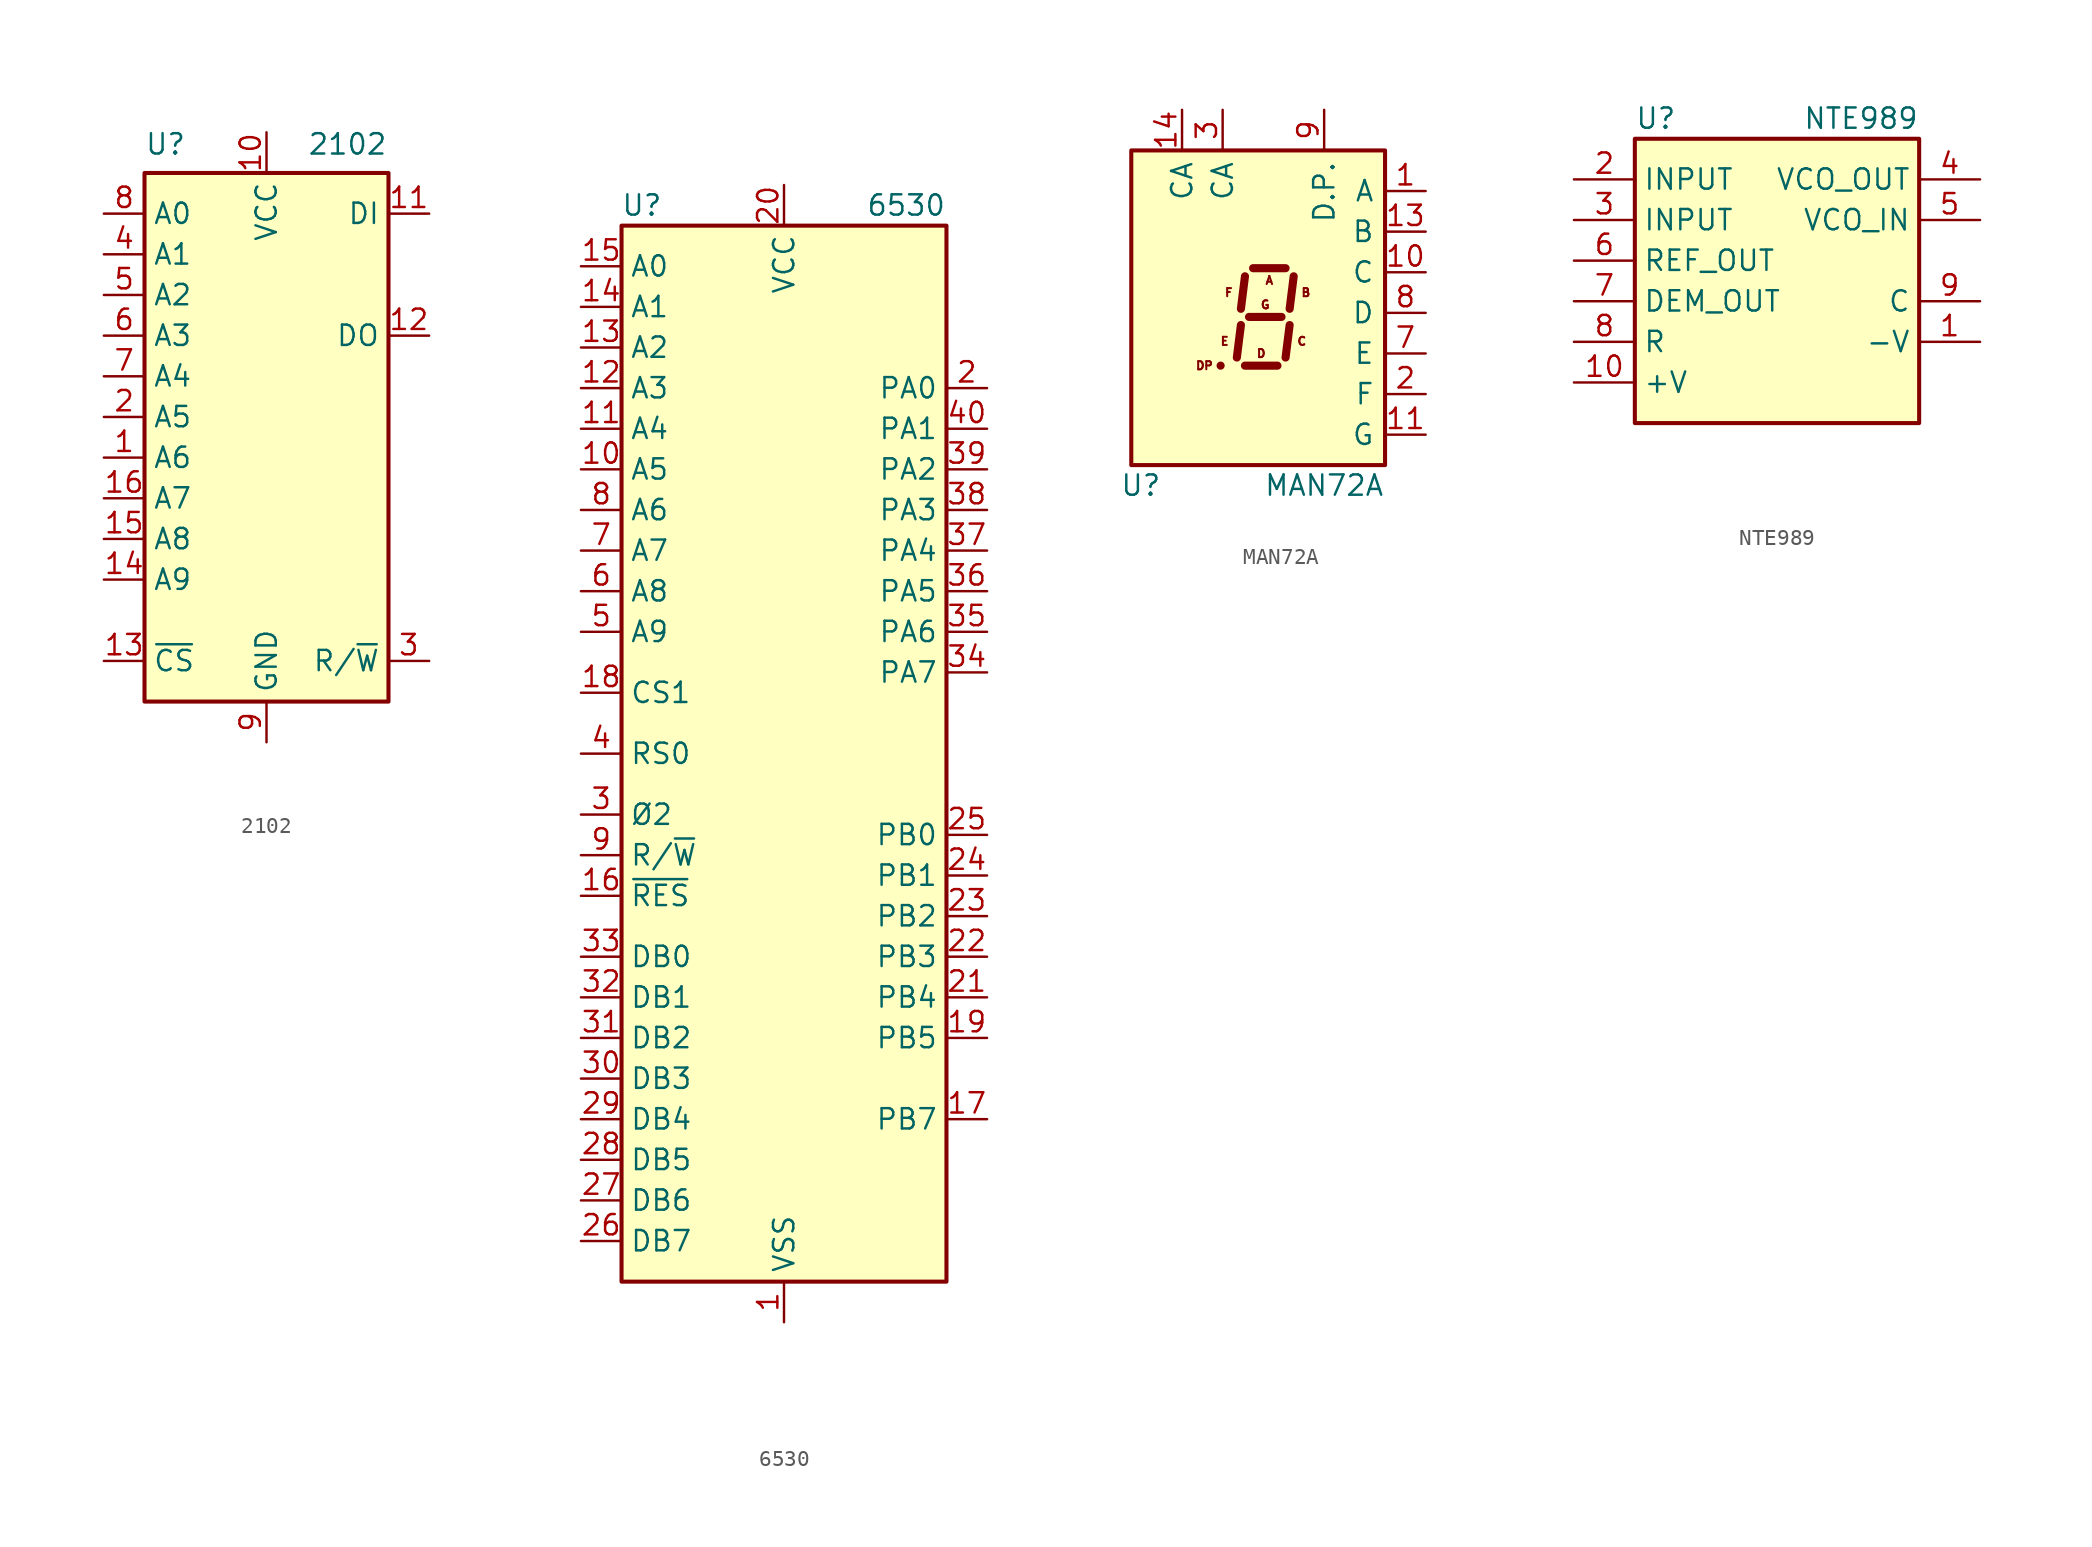
<source format=kicad_sym>
(kicad_symbol_lib
  (version 20220914)
  (generator kicad_symbol_editor)
  (symbol "2102"
    (property "Reference" "U"
      (at -7.62 19.05 0)
      (effects (font (size 1.27 1.27)) (justify left top)))
    (property "Value" "2102"
      (at 2.54 19.05 0)
      (effects (font (size 1.27 1.27)) (justify left top)))
    (symbol "2102_0_1"
      (rectangle (start -7.62 16.51) (end 7.62 -16.51) (stroke (width 0.254) (type default)) (fill (type background))))
    (symbol "2102_1_1"
      (pin input line (at -10.16 -1.27 0) (length 2.54) (name "A6" (effects (font (size 1.27 1.27)))) (number "1" (effects (font (size 1.27 1.27)))))
      (pin power_in line (at 0 19.05 270) (length 2.54) (name "VCC" (effects (font (size 1.27 1.27)))) (number "10" (effects (font (size 1.27 1.27)))))
      (pin input line (at 10.16 13.97 180) (length 2.54) (name "DI" (effects (font (size 1.27 1.27)))) (number "11" (effects (font (size 1.27 1.27)))))
      (pin output line (at 10.16 6.35 180) (length 2.54) (name "DO" (effects (font (size 1.27 1.27)))) (number "12" (effects (font (size 1.27 1.27)))))
      (pin input line (at -10.16 -13.97 0) (length 2.54) (name "~{CS}" (effects (font (size 1.27 1.27)))) (number "13" (effects (font (size 1.27 1.27)))))
      (pin input line (at -10.16 -8.89 0) (length 2.54) (name "A9" (effects (font (size 1.27 1.27)))) (number "14" (effects (font (size 1.27 1.27)))))
      (pin input line (at -10.16 -6.35 0) (length 2.54) (name "A8" (effects (font (size 1.27 1.27)))) (number "15" (effects (font (size 1.27 1.27)))))
      (pin input line (at -10.16 -3.81 0) (length 2.54) (name "A7" (effects (font (size 1.27 1.27)))) (number "16" (effects (font (size 1.27 1.27)))))
      (pin input line (at -10.16 1.27 0) (length 2.54) (name "A5" (effects (font (size 1.27 1.27)))) (number "2" (effects (font (size 1.27 1.27)))))
      (pin input line (at 10.16 -13.97 180) (length 2.54) (name "R/~{W}" (effects (font (size 1.27 1.27)))) (number "3" (effects (font (size 1.27 1.27)))))
      (pin input line (at -10.16 11.43 0) (length 2.54) (name "A1" (effects (font (size 1.27 1.27)))) (number "4" (effects (font (size 1.27 1.27)))))
      (pin input line (at -10.16 8.89 0) (length 2.54) (name "A2" (effects (font (size 1.27 1.27)))) (number "5" (effects (font (size 1.27 1.27)))))
      (pin input line (at -10.16 6.35 0) (length 2.54) (name "A3" (effects (font (size 1.27 1.27)))) (number "6" (effects (font (size 1.27 1.27)))))
      (pin input line (at -10.16 3.81 0) (length 2.54) (name "A4" (effects (font (size 1.27 1.27)))) (number "7" (effects (font (size 1.27 1.27)))))
      (pin input line (at -10.16 13.97 0) (length 2.54) (name "A0" (effects (font (size 1.27 1.27)))) (number "8" (effects (font (size 1.27 1.27)))))
      (pin power_in line (at 0 -19.05 90) (length 2.54) (name "GND" (effects (font (size 1.27 1.27)))) (number "9" (effects (font (size 1.27 1.27)))))))
  (symbol "6530"
    (property "Reference" "U"
      (at -8.89 34.29 0)
      (effects (font (size 1.27 1.27))))
    (property "Value" "6530"
      (at 10.16 34.29 0)
      (effects (font (size 1.27 1.27)) (justify right)))
    (symbol "6530_0_1"
      (rectangle (start -10.16 33.02) (end 10.16 -33.02) (stroke (width 0.254) (type default)) (fill (type background))))
    (symbol "6530_1_1"
      (pin power_in line (at 0 -35.56 90) (length 2.54) (name "VSS" (effects (font (size 1.27 1.27)))) (number "1" (effects (font (size 1.27 1.27)))))
      (pin input line (at -12.7 17.78 0) (length 2.54) (name "A5" (effects (font (size 1.27 1.27)))) (number "10" (effects (font (size 1.27 1.27)))))
      (pin input line (at -12.7 20.32 0) (length 2.54) (name "A4" (effects (font (size 1.27 1.27)))) (number "11" (effects (font (size 1.27 1.27)))))
      (pin input line (at -12.7 22.86 0) (length 2.54) (name "A3" (effects (font (size 1.27 1.27)))) (number "12" (effects (font (size 1.27 1.27)))))
      (pin input line (at -12.7 25.4 0) (length 2.54) (name "A2" (effects (font (size 1.27 1.27)))) (number "13" (effects (font (size 1.27 1.27)))))
      (pin input line (at -12.7 27.94 0) (length 2.54) (name "A1" (effects (font (size 1.27 1.27)))) (number "14" (effects (font (size 1.27 1.27)))))
      (pin input line (at -12.7 30.48 0) (length 2.54) (name "A0" (effects (font (size 1.27 1.27)))) (number "15" (effects (font (size 1.27 1.27)))))
      (pin input line (at -12.7 -8.89 0) (length 2.54) (name "~{RES}" (effects (font (size 1.27 1.27)))) (number "16" (effects (font (size 1.27 1.27)))))
      (pin bidirectional line (at 12.7 -22.86 180) (length 2.54) (name "PB7" (effects (font (size 1.27 1.27)))) (number "17" (effects (font (size 1.27 1.27)))))
      (pin input line (at -12.7 3.81 0) (length 2.54) (name "CS1" (effects (font (size 1.27 1.27)))) (number "18" (effects (font (size 1.27 1.27)))))
      (pin bidirectional line (at 12.7 -17.78 180) (length 2.54) (name "PB5" (effects (font (size 1.27 1.27)))) (number "19" (effects (font (size 1.27 1.27)))))
      (pin bidirectional line (at 12.7 22.86 180) (length 2.54) (name "PA0" (effects (font (size 1.27 1.27)))) (number "2" (effects (font (size 1.27 1.27)))))
      (pin power_in line (at 0 35.56 270) (length 2.54) (name "VCC" (effects (font (size 1.27 1.27)))) (number "20" (effects (font (size 1.27 1.27)))))
      (pin bidirectional line (at 12.7 -15.24 180) (length 2.54) (name "PB4" (effects (font (size 1.27 1.27)))) (number "21" (effects (font (size 1.27 1.27)))))
      (pin bidirectional line (at 12.7 -12.7 180) (length 2.54) (name "PB3" (effects (font (size 1.27 1.27)))) (number "22" (effects (font (size 1.27 1.27)))))
      (pin bidirectional line (at 12.7 -10.16 180) (length 2.54) (name "PB2" (effects (font (size 1.27 1.27)))) (number "23" (effects (font (size 1.27 1.27)))))
      (pin bidirectional line (at 12.7 -7.62 180) (length 2.54) (name "PB1" (effects (font (size 1.27 1.27)))) (number "24" (effects (font (size 1.27 1.27)))))
      (pin bidirectional line (at 12.7 -5.08 180) (length 2.54) (name "PB0" (effects (font (size 1.27 1.27)))) (number "25" (effects (font (size 1.27 1.27)))))
      (pin bidirectional line (at -12.7 -30.48 0) (length 2.54) (name "DB7" (effects (font (size 1.27 1.27)))) (number "26" (effects (font (size 1.27 1.27)))))
      (pin bidirectional line (at -12.7 -27.94 0) (length 2.54) (name "DB6" (effects (font (size 1.27 1.27)))) (number "27" (effects (font (size 1.27 1.27)))))
      (pin bidirectional line (at -12.7 -25.4 0) (length 2.54) (name "DB5" (effects (font (size 1.27 1.27)))) (number "28" (effects (font (size 1.27 1.27)))))
      (pin bidirectional line (at -12.7 -22.86 0) (length 2.54) (name "DB4" (effects (font (size 1.27 1.27)))) (number "29" (effects (font (size 1.27 1.27)))))
      (pin input line (at -12.7 -3.81 0) (length 2.54) (name "Ø2" (effects (font (size 1.27 1.27)))) (number "3" (effects (font (size 1.27 1.27)))))
      (pin bidirectional line (at -12.7 -20.32 0) (length 2.54) (name "DB3" (effects (font (size 1.27 1.27)))) (number "30" (effects (font (size 1.27 1.27)))))
      (pin bidirectional line (at -12.7 -17.78 0) (length 2.54) (name "DB2" (effects (font (size 1.27 1.27)))) (number "31" (effects (font (size 1.27 1.27)))))
      (pin bidirectional line (at -12.7 -15.24 0) (length 2.54) (name "DB1" (effects (font (size 1.27 1.27)))) (number "32" (effects (font (size 1.27 1.27)))))
      (pin bidirectional line (at -12.7 -12.7 0) (length 2.54) (name "DB0" (effects (font (size 1.27 1.27)))) (number "33" (effects (font (size 1.27 1.27)))))
      (pin bidirectional line (at 12.7 5.08 180) (length 2.54) (name "PA7" (effects (font (size 1.27 1.27)))) (number "34" (effects (font (size 1.27 1.27)))))
      (pin bidirectional line (at 12.7 7.62 180) (length 2.54) (name "PA6" (effects (font (size 1.27 1.27)))) (number "35" (effects (font (size 1.27 1.27)))))
      (pin bidirectional line (at 12.7 10.16 180) (length 2.54) (name "PA5" (effects (font (size 1.27 1.27)))) (number "36" (effects (font (size 1.27 1.27)))))
      (pin bidirectional line (at 12.7 12.7 180) (length 2.54) (name "PA4" (effects (font (size 1.27 1.27)))) (number "37" (effects (font (size 1.27 1.27)))))
      (pin bidirectional line (at 12.7 15.24 180) (length 2.54) (name "PA3" (effects (font (size 1.27 1.27)))) (number "38" (effects (font (size 1.27 1.27)))))
      (pin bidirectional line (at 12.7 17.78 180) (length 2.54) (name "PA2" (effects (font (size 1.27 1.27)))) (number "39" (effects (font (size 1.27 1.27)))))
      (pin input line (at -12.7 0 0) (length 2.54) (name "RS0" (effects (font (size 1.27 1.27)))) (number "4" (effects (font (size 1.27 1.27)))))
      (pin bidirectional line (at 12.7 20.32 180) (length 2.54) (name "PA1" (effects (font (size 1.27 1.27)))) (number "40" (effects (font (size 1.27 1.27)))))
      (pin input line (at -12.7 7.62 0) (length 2.54) (name "A9" (effects (font (size 1.27 1.27)))) (number "5" (effects (font (size 1.27 1.27)))))
      (pin input line (at -12.7 10.16 0) (length 2.54) (name "A8" (effects (font (size 1.27 1.27)))) (number "6" (effects (font (size 1.27 1.27)))))
      (pin input line (at -12.7 12.7 0) (length 2.54) (name "A7" (effects (font (size 1.27 1.27)))) (number "7" (effects (font (size 1.27 1.27)))))
      (pin input line (at -12.7 15.24 0) (length 2.54) (name "A6" (effects (font (size 1.27 1.27)))) (number "8" (effects (font (size 1.27 1.27)))))
      (pin input line (at -12.7 -6.35 0) (length 2.54) (name "R/~{W}" (effects (font (size 1.27 1.27)))) (number "9" (effects (font (size 1.27 1.27)))))))
  (symbol "MAN72A"
    (pin_names
      (offset 0.635))
    (property "Reference" "U"
      (at -6.35 -10.795 0)
      (effects (font (size 1.27 1.27)) (justify right)))
    (property "Value" "MAN72A"
      (at 3.81 -10.795 0)
      (effects (font (size 1.27 1.27))))
    (symbol "MAN72A_0_0"
      (text "A" (at 0.381 2.032 0) (effects (font (size 0.508 0.508))))
      (text "B" (at 2.667 1.27 0) (effects (font (size 0.508 0.508))))
      (text "C" (at 2.413 -1.778 0) (effects (font (size 0.508 0.508))))
      (text "D" (at -0.127 -2.54 0) (effects (font (size 0.508 0.508))))
      (text "DP" (at -3.683 -3.302 0) (effects (font (size 0.508 0.508))))
      (text "E" (at -2.413 -1.778 0) (effects (font (size 0.508 0.508))))
      (text "F" (at -2.159 1.27 0) (effects (font (size 0.508 0.508))))
      (text "G" (at 0.127 0.508 0) (effects (font (size 0.508 0.508)))))
    (symbol "MAN72A_0_1"
      (rectangle (start -8.255 10.16) (end 7.62 -9.525) (stroke (width 0.254) (type default)) (fill (type background)))
      (polyline (pts (xy -2.667 -3.302) (xy -2.667 -3.302)) (stroke (width 0.508) (type default)) (fill (type none)))
      (polyline (pts (xy -1.397 -0.762) (xy -1.651 -2.794)) (stroke (width 0.508) (type default)) (fill (type none)))
      (polyline (pts (xy -1.143 -3.302) (xy 0.889 -3.302)) (stroke (width 0.508) (type default)) (fill (type none)))
      (polyline (pts (xy -1.143 2.286) (xy -1.397 0.254)) (stroke (width 0.508) (type default)) (fill (type none)))
      (polyline (pts (xy -0.889 -0.254) (xy 1.143 -0.254)) (stroke (width 0.508) (type default)) (fill (type none)))
      (polyline (pts (xy -0.635 2.794) (xy 1.397 2.794)) (stroke (width 0.508) (type default)) (fill (type none)))
      (polyline (pts (xy 1.651 -0.762) (xy 1.397 -2.794)) (stroke (width 0.508) (type default)) (fill (type none)))
      (polyline (pts (xy 1.905 2.286) (xy 1.651 0.254)) (stroke (width 0.508) (type default)) (fill (type none))))
    (symbol "MAN72A_1_1"
      (pin input line (at 10.16 7.62 180) (length 2.54) (name "A" (effects (font (size 1.27 1.27)))) (number "1" (effects (font (size 1.27 1.27)))))
      (pin input line (at 10.16 2.54 180) (length 2.54) (name "C" (effects (font (size 1.27 1.27)))) (number "10" (effects (font (size 1.27 1.27)))))
      (pin input line (at 10.16 -7.62 180) (length 2.54) (name "G" (effects (font (size 1.27 1.27)))) (number "11" (effects (font (size 1.27 1.27)))))
      (pin no_connect line (at -7.62 -7.62 0) (length 2.54) hide (name "NC" (effects (font (size 1.27 1.27)))) (number "12" (effects (font (size 1.27 1.27)))))
      (pin input line (at 10.16 5.08 180) (length 2.54) (name "B" (effects (font (size 1.27 1.27)))) (number "13" (effects (font (size 1.27 1.27)))))
      (pin input line (at -5.08 12.7 270) (length 2.54) (name "CA" (effects (font (size 1.27 1.27)))) (number "14" (effects (font (size 1.27 1.27)))))
      (pin input line (at 10.16 -5.08 180) (length 2.54) (name "F" (effects (font (size 1.27 1.27)))) (number "2" (effects (font (size 1.27 1.27)))))
      (pin input line (at -2.54 12.7 270) (length 2.54) (name "CA" (effects (font (size 1.27 1.27)))) (number "3" (effects (font (size 1.27 1.27)))))
      (pin no_connect line (at -7.62 5.08 0) (length 2.54) hide (name "NC" (effects (font (size 1.27 1.27)))) (number "4" (effects (font (size 1.27 1.27)))))
      (pin no_connect line (at -7.62 2.54 0) (length 2.54) hide (name "NC" (effects (font (size 1.27 1.27)))) (number "5" (effects (font (size 1.27 1.27)))))
      (pin no_connect line (at -7.62 -5.08 0) (length 2.54) hide (name "NC" (effects (font (size 1.27 1.27)))) (number "6" (effects (font (size 1.27 1.27)))))
      (pin input line (at 10.16 -2.54 180) (length 2.54) (name "E" (effects (font (size 1.27 1.27)))) (number "7" (effects (font (size 1.27 1.27)))))
      (pin input line (at 10.16 0 180) (length 2.54) (name "D" (effects (font (size 1.27 1.27)))) (number "8" (effects (font (size 1.27 1.27)))))
      (pin input line (at 3.81 12.7 270) (length 2.54) (name "D.P." (effects (font (size 1.27 1.27)))) (number "9" (effects (font (size 1.27 1.27)))))))
  (symbol "NTE989"
    (property "Reference" "U"
      (at -8.89 8.89 0)
      (effects (font (size 1.27 1.27)) (justify left)))
    (property "Value" "NTE989"
      (at 8.89 8.89 0)
      (effects (font (size 1.27 1.27)) (justify right)))
    (symbol "NTE989_1_1"
      (rectangle (start -8.89 7.62) (end 8.89 -10.16) (stroke (width 0.254) (type default)) (fill (type background)))
      (pin power_in line (at 12.7 -5.08 180) (length 3.81) (name "-V" (effects (font (size 1.27 1.27)))) (number "1" (effects (font (size 1.27 1.27)))))
      (pin power_in line (at -12.7 -7.62 0) (length 3.81) (name "+V" (effects (font (size 1.27 1.27)))) (number "10" (effects (font (size 1.27 1.27)))))
      (pin no_connect line (at 6.35 -13.97 90) (length 3.81) hide (name "N.C" (effects (font (size 1.27 1.27)))) (number "11" (effects (font (size 1.27 1.27)))))
      (pin no_connect line (at 3.81 -13.97 90) (length 3.81) hide (name "N.C" (effects (font (size 1.27 1.27)))) (number "12" (effects (font (size 1.27 1.27)))))
      (pin no_connect line (at 1.27 -13.97 90) (length 3.81) hide (name "N.C" (effects (font (size 1.27 1.27)))) (number "13" (effects (font (size 1.27 1.27)))))
      (pin no_connect line (at -1.27 -13.97 90) (length 3.81) hide (name "N.C" (effects (font (size 1.27 1.27)))) (number "14" (effects (font (size 1.27 1.27)))))
      (pin input line (at -12.7 5.08 0) (length 3.81) (name "INPUT" (effects (font (size 1.27 1.27)))) (number "2" (effects (font (size 1.27 1.27)))))
      (pin input line (at -12.7 2.54 0) (length 3.81) (name "INPUT" (effects (font (size 1.27 1.27)))) (number "3" (effects (font (size 1.27 1.27)))))
      (pin output line (at 12.7 5.08 180) (length 3.81) (name "VCO_OUT" (effects (font (size 1.27 1.27)))) (number "4" (effects (font (size 1.27 1.27)))))
      (pin input line (at 12.7 2.54 180) (length 3.81) (name "VCO_IN" (effects (font (size 1.27 1.27)))) (number "5" (effects (font (size 1.27 1.27)))))
      (pin output line (at -12.7 0 0) (length 3.81) (name "REF_OUT" (effects (font (size 1.27 1.27)))) (number "6" (effects (font (size 1.27 1.27)))))
      (pin output line (at -12.7 -2.54 0) (length 3.81) (name "DEM_OUT" (effects (font (size 1.27 1.27)))) (number "7" (effects (font (size 1.27 1.27)))))
      (pin passive line (at -12.7 -5.08 0) (length 3.81) (name "R" (effects (font (size 1.27 1.27)))) (number "8" (effects (font (size 1.27 1.27)))))
      (pin passive line (at 12.7 -2.54 180) (length 3.81) (name "C" (effects (font (size 1.27 1.27)))) (number "9" (effects (font (size 1.27 1.27))))))))
</source>
